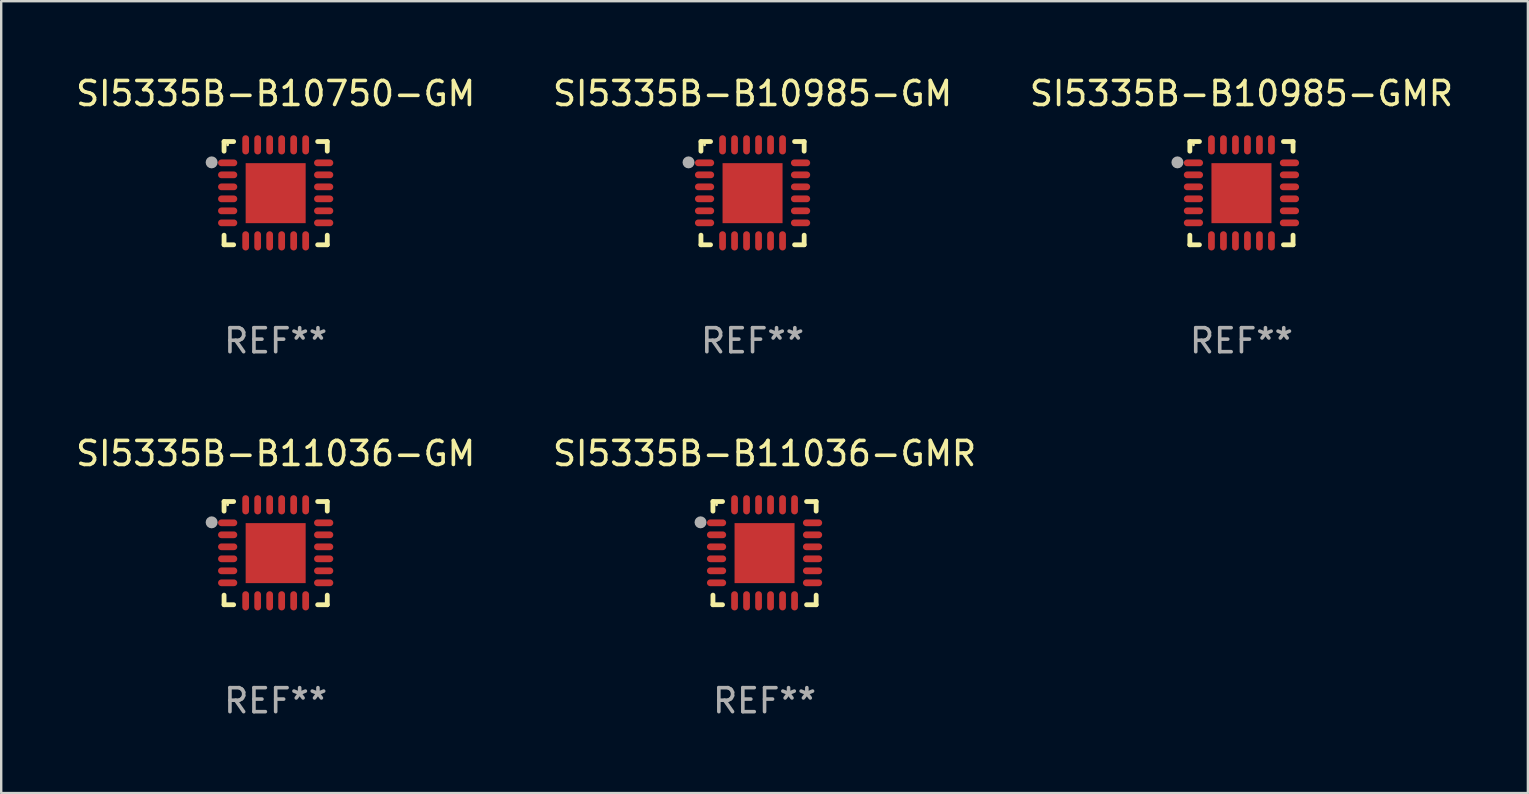
<source format=kicad_pcb>
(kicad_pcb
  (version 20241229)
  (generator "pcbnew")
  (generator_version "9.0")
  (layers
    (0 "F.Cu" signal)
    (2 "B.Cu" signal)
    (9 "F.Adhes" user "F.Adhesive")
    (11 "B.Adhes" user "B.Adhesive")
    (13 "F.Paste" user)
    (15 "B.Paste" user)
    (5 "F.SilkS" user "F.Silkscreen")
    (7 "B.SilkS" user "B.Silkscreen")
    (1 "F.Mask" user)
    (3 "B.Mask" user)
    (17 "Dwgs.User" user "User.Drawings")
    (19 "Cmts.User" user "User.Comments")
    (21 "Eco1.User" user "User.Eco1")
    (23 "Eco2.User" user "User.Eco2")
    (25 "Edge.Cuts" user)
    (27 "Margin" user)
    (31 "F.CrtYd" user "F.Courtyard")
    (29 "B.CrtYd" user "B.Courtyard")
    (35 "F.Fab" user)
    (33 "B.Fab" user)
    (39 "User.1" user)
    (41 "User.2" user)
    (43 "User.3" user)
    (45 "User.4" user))
  (footprint "SI5335B-B10750-GM"
    (layer "F.Cu")
    (at 8.435 4.998)
    (property "Reference" "SI5335B-B10750-GM" (at 0 -4.15 0) (layer "F.SilkS") (effects (font (size 1 1) (thickness 0.15))))
    (attr through_hole)
    (fp_line (start -2.15 -2.15) (end -1.75 -2.15) (stroke (width 0.2) (type solid)) (layer "F.SilkS"))
    (fp_line (start -2.15 -1.75) (end -2.15 -2.15) (stroke (width 0.2) (type solid)) (layer "F.SilkS"))
    (fp_line (start -2.15 2.15) (end -2.15 1.75) (stroke (width 0.2) (type solid)) (layer "F.SilkS"))
    (fp_line (start -1.75 2.15) (end -2.15 2.15) (stroke (width 0.2) (type solid)) (layer "F.SilkS"))
    (fp_line (start 1.75 -2.15) (end 2.15 -2.15) (stroke (width 0.2) (type solid)) (layer "F.SilkS"))
    (fp_line (start 1.75 2.15) (end 2.15 2.15) (stroke (width 0.2) (type solid)) (layer "F.SilkS"))
    (fp_line (start 2.15 -2.15) (end 2.15 -1.75) (stroke (width 0.2) (type solid)) (layer "F.SilkS"))
    (fp_line (start 2.15 2.15) (end 2.15 1.75) (stroke (width 0.2) (type solid)) (layer "F.SilkS"))
    (fp_circle (center -2 -2.013) (end -1.97 -2.013) (stroke (width 0.06) (type solid)) (fill no) (layer "F.SilkS"))
    (fp_circle (center -2.667 -1.283) (end -2.542 -1.283) (stroke (width 0.25) (type solid)) (fill no) (layer "F.Fab"))
    (fp_text user "REF**" (at 0 6.15 0) (layer "F.Fab") (effects (font (size 1 1) (thickness 0.15))))
    (pad "1" smd oval (at -2 -1.263) (size 0.8 0.28) (layers "F.Cu" "F.Mask" "F.Paste"))
    (pad "2" smd oval (at -2 -0.763) (size 0.8 0.28) (layers "F.Cu" "F.Mask" "F.Paste"))
    (pad "3" smd oval (at -2 -0.263) (size 0.8 0.28) (layers "F.Cu" "F.Mask" "F.Paste"))
    (pad "4" smd oval (at -2 0.237) (size 0.8 0.28) (layers "F.Cu" "F.Mask" "F.Paste"))
    (pad "5" smd oval (at -2 0.737) (size 0.8 0.28) (layers "F.Cu" "F.Mask" "F.Paste"))
    (pad "6" smd oval (at -2 1.237) (size 0.8 0.28) (layers "F.Cu" "F.Mask" "F.Paste"))
    (pad "7" smd oval (at -1.25 1.987) (size 0.28 0.8) (layers "F.Cu" "F.Mask" "F.Paste"))
    (pad "8" smd oval (at -0.75 1.987) (size 0.28 0.8) (layers "F.Cu" "F.Mask" "F.Paste"))
    (pad "9" smd oval (at -0.25 1.987) (size 0.28 0.8) (layers "F.Cu" "F.Mask" "F.Paste"))
    (pad "10" smd oval (at 0.25 1.987) (size 0.28 0.8) (layers "F.Cu" "F.Mask" "F.Paste"))
    (pad "11" smd oval (at 0.75 1.987) (size 0.28 0.8) (layers "F.Cu" "F.Mask" "F.Paste"))
    (pad "12" smd oval (at 1.25 1.987) (size 0.28 0.8) (layers "F.Cu" "F.Mask" "F.Paste"))
    (pad "13" smd oval (at 2 1.237) (size 0.8 0.28) (layers "F.Cu" "F.Mask" "F.Paste"))
    (pad "14" smd oval (at 2 0.737) (size 0.8 0.28) (layers "F.Cu" "F.Mask" "F.Paste"))
    (pad "15" smd oval (at 2 0.237) (size 0.8 0.28) (layers "F.Cu" "F.Mask" "F.Paste"))
    (pad "16" smd oval (at 2 -0.263) (size 0.8 0.28) (layers "F.Cu" "F.Mask" "F.Paste"))
    (pad "17" smd oval (at 2 -0.763) (size 0.8 0.28) (layers "F.Cu" "F.Mask" "F.Paste"))
    (pad "18" smd oval (at 2 -1.263) (size 0.8 0.28) (layers "F.Cu" "F.Mask" "F.Paste"))
    (pad "19" smd oval (at 1.25 -2.013) (size 0.28 0.8) (layers "F.Cu" "F.Mask" "F.Paste"))
    (pad "20" smd oval (at 0.75 -2.013) (size 0.28 0.8) (layers "F.Cu" "F.Mask" "F.Paste"))
    (pad "21" smd oval (at 0.25 -2.013) (size 0.28 0.8) (layers "F.Cu" "F.Mask" "F.Paste"))
    (pad "22" smd oval (at -0.25 -2.013) (size 0.28 0.8) (layers "F.Cu" "F.Mask" "F.Paste"))
    (pad "23" smd oval (at -0.75 -2.013) (size 0.28 0.8) (layers "F.Cu" "F.Mask" "F.Paste"))
    (pad "24" smd oval (at -1.25 -2.013) (size 0.28 0.8) (layers "F.Cu" "F.Mask" "F.Paste"))
    (pad "25" smd rect (at -0.000127 -0.00014) (size 2.5 2.5) (layers "F.Cu" "F.Mask" "F.Paste")))
  (footprint "SI5335B-B11036-GM"
    (layer "F.Cu")
    (at 8.435 19.995)
    (property "Reference" "SI5335B-B11036-GM" (at 0 -4.15 0) (layer "F.SilkS") (effects (font (size 1 1) (thickness 0.15))))
    (attr through_hole)
    (fp_line (start -2.15 -2.15) (end -1.75 -2.15) (stroke (width 0.2) (type solid)) (layer "F.SilkS"))
    (fp_line (start -2.15 -1.75) (end -2.15 -2.15) (stroke (width 0.2) (type solid)) (layer "F.SilkS"))
    (fp_line (start -2.15 2.15) (end -2.15 1.75) (stroke (width 0.2) (type solid)) (layer "F.SilkS"))
    (fp_line (start -1.75 2.15) (end -2.15 2.15) (stroke (width 0.2) (type solid)) (layer "F.SilkS"))
    (fp_line (start 1.75 -2.15) (end 2.15 -2.15) (stroke (width 0.2) (type solid)) (layer "F.SilkS"))
    (fp_line (start 1.75 2.15) (end 2.15 2.15) (stroke (width 0.2) (type solid)) (layer "F.SilkS"))
    (fp_line (start 2.15 -2.15) (end 2.15 -1.75) (stroke (width 0.2) (type solid)) (layer "F.SilkS"))
    (fp_line (start 2.15 2.15) (end 2.15 1.75) (stroke (width 0.2) (type solid)) (layer "F.SilkS"))
    (fp_circle (center -2 -2.013) (end -1.97 -2.013) (stroke (width 0.06) (type solid)) (fill no) (layer "F.SilkS"))
    (fp_circle (center -2.667 -1.283) (end -2.542 -1.283) (stroke (width 0.25) (type solid)) (fill no) (layer "F.Fab"))
    (fp_text user "REF**" (at 0 6.15 0) (layer "F.Fab") (effects (font (size 1 1) (thickness 0.15))))
    (pad "1" smd oval (at -2 -1.263) (size 0.8 0.28) (layers "F.Cu" "F.Mask" "F.Paste"))
    (pad "2" smd oval (at -2 -0.763) (size 0.8 0.28) (layers "F.Cu" "F.Mask" "F.Paste"))
    (pad "3" smd oval (at -2 -0.263) (size 0.8 0.28) (layers "F.Cu" "F.Mask" "F.Paste"))
    (pad "4" smd oval (at -2 0.237) (size 0.8 0.28) (layers "F.Cu" "F.Mask" "F.Paste"))
    (pad "5" smd oval (at -2 0.737) (size 0.8 0.28) (layers "F.Cu" "F.Mask" "F.Paste"))
    (pad "6" smd oval (at -2 1.237) (size 0.8 0.28) (layers "F.Cu" "F.Mask" "F.Paste"))
    (pad "7" smd oval (at -1.25 1.987) (size 0.28 0.8) (layers "F.Cu" "F.Mask" "F.Paste"))
    (pad "8" smd oval (at -0.75 1.987) (size 0.28 0.8) (layers "F.Cu" "F.Mask" "F.Paste"))
    (pad "9" smd oval (at -0.25 1.987) (size 0.28 0.8) (layers "F.Cu" "F.Mask" "F.Paste"))
    (pad "10" smd oval (at 0.25 1.987) (size 0.28 0.8) (layers "F.Cu" "F.Mask" "F.Paste"))
    (pad "11" smd oval (at 0.75 1.987) (size 0.28 0.8) (layers "F.Cu" "F.Mask" "F.Paste"))
    (pad "12" smd oval (at 1.25 1.987) (size 0.28 0.8) (layers "F.Cu" "F.Mask" "F.Paste"))
    (pad "13" smd oval (at 2 1.237) (size 0.8 0.28) (layers "F.Cu" "F.Mask" "F.Paste"))
    (pad "14" smd oval (at 2 0.737) (size 0.8 0.28) (layers "F.Cu" "F.Mask" "F.Paste"))
    (pad "15" smd oval (at 2 0.237) (size 0.8 0.28) (layers "F.Cu" "F.Mask" "F.Paste"))
    (pad "16" smd oval (at 2 -0.263) (size 0.8 0.28) (layers "F.Cu" "F.Mask" "F.Paste"))
    (pad "17" smd oval (at 2 -0.763) (size 0.8 0.28) (layers "F.Cu" "F.Mask" "F.Paste"))
    (pad "18" smd oval (at 2 -1.263) (size 0.8 0.28) (layers "F.Cu" "F.Mask" "F.Paste"))
    (pad "19" smd oval (at 1.25 -2.013) (size 0.28 0.8) (layers "F.Cu" "F.Mask" "F.Paste"))
    (pad "20" smd oval (at 0.75 -2.013) (size 0.28 0.8) (layers "F.Cu" "F.Mask" "F.Paste"))
    (pad "21" smd oval (at 0.25 -2.013) (size 0.28 0.8) (layers "F.Cu" "F.Mask" "F.Paste"))
    (pad "22" smd oval (at -0.25 -2.013) (size 0.28 0.8) (layers "F.Cu" "F.Mask" "F.Paste"))
    (pad "23" smd oval (at -0.75 -2.013) (size 0.28 0.8) (layers "F.Cu" "F.Mask" "F.Paste"))
    (pad "24" smd oval (at -1.25 -2.013) (size 0.28 0.8) (layers "F.Cu" "F.Mask" "F.Paste"))
    (pad "25" smd rect (at -0.000127 -0.00014) (size 2.5 2.5) (layers "F.Cu" "F.Mask" "F.Paste")))
  (footprint "SI5335B-B10985-GM"
    (layer "F.Cu")
    (at 28.304 4.998)
    (property "Reference" "SI5335B-B10985-GM" (at 0 -4.15 0) (layer "F.SilkS") (effects (font (size 1 1) (thickness 0.15))))
    (attr through_hole)
    (fp_line (start -2.15 -2.15) (end -1.75 -2.15) (stroke (width 0.2) (type solid)) (layer "F.SilkS"))
    (fp_line (start -2.15 -1.75) (end -2.15 -2.15) (stroke (width 0.2) (type solid)) (layer "F.SilkS"))
    (fp_line (start -2.15 2.15) (end -2.15 1.75) (stroke (width 0.2) (type solid)) (layer "F.SilkS"))
    (fp_line (start -1.75 2.15) (end -2.15 2.15) (stroke (width 0.2) (type solid)) (layer "F.SilkS"))
    (fp_line (start 1.75 -2.15) (end 2.15 -2.15) (stroke (width 0.2) (type solid)) (layer "F.SilkS"))
    (fp_line (start 1.75 2.15) (end 2.15 2.15) (stroke (width 0.2) (type solid)) (layer "F.SilkS"))
    (fp_line (start 2.15 -2.15) (end 2.15 -1.75) (stroke (width 0.2) (type solid)) (layer "F.SilkS"))
    (fp_line (start 2.15 2.15) (end 2.15 1.75) (stroke (width 0.2) (type solid)) (layer "F.SilkS"))
    (fp_circle (center -2 -2.013) (end -1.97 -2.013) (stroke (width 0.06) (type solid)) (fill no) (layer "F.SilkS"))
    (fp_circle (center -2.667 -1.283) (end -2.542 -1.283) (stroke (width 0.25) (type solid)) (fill no) (layer "F.Fab"))
    (fp_text user "REF**" (at 0 6.15 0) (layer "F.Fab") (effects (font (size 1 1) (thickness 0.15))))
    (pad "1" smd oval (at -2 -1.263) (size 0.8 0.28) (layers "F.Cu" "F.Mask" "F.Paste"))
    (pad "2" smd oval (at -2 -0.763) (size 0.8 0.28) (layers "F.Cu" "F.Mask" "F.Paste"))
    (pad "3" smd oval (at -2 -0.263) (size 0.8 0.28) (layers "F.Cu" "F.Mask" "F.Paste"))
    (pad "4" smd oval (at -2 0.237) (size 0.8 0.28) (layers "F.Cu" "F.Mask" "F.Paste"))
    (pad "5" smd oval (at -2 0.737) (size 0.8 0.28) (layers "F.Cu" "F.Mask" "F.Paste"))
    (pad "6" smd oval (at -2 1.237) (size 0.8 0.28) (layers "F.Cu" "F.Mask" "F.Paste"))
    (pad "7" smd oval (at -1.25 1.987) (size 0.28 0.8) (layers "F.Cu" "F.Mask" "F.Paste"))
    (pad "8" smd oval (at -0.75 1.987) (size 0.28 0.8) (layers "F.Cu" "F.Mask" "F.Paste"))
    (pad "9" smd oval (at -0.25 1.987) (size 0.28 0.8) (layers "F.Cu" "F.Mask" "F.Paste"))
    (pad "10" smd oval (at 0.25 1.987) (size 0.28 0.8) (layers "F.Cu" "F.Mask" "F.Paste"))
    (pad "11" smd oval (at 0.75 1.987) (size 0.28 0.8) (layers "F.Cu" "F.Mask" "F.Paste"))
    (pad "12" smd oval (at 1.25 1.987) (size 0.28 0.8) (layers "F.Cu" "F.Mask" "F.Paste"))
    (pad "13" smd oval (at 2 1.237) (size 0.8 0.28) (layers "F.Cu" "F.Mask" "F.Paste"))
    (pad "14" smd oval (at 2 0.737) (size 0.8 0.28) (layers "F.Cu" "F.Mask" "F.Paste"))
    (pad "15" smd oval (at 2 0.237) (size 0.8 0.28) (layers "F.Cu" "F.Mask" "F.Paste"))
    (pad "16" smd oval (at 2 -0.263) (size 0.8 0.28) (layers "F.Cu" "F.Mask" "F.Paste"))
    (pad "17" smd oval (at 2 -0.763) (size 0.8 0.28) (layers "F.Cu" "F.Mask" "F.Paste"))
    (pad "18" smd oval (at 2 -1.263) (size 0.8 0.28) (layers "F.Cu" "F.Mask" "F.Paste"))
    (pad "19" smd oval (at 1.25 -2.013) (size 0.28 0.8) (layers "F.Cu" "F.Mask" "F.Paste"))
    (pad "20" smd oval (at 0.75 -2.013) (size 0.28 0.8) (layers "F.Cu" "F.Mask" "F.Paste"))
    (pad "21" smd oval (at 0.25 -2.013) (size 0.28 0.8) (layers "F.Cu" "F.Mask" "F.Paste"))
    (pad "22" smd oval (at -0.25 -2.013) (size 0.28 0.8) (layers "F.Cu" "F.Mask" "F.Paste"))
    (pad "23" smd oval (at -0.75 -2.013) (size 0.28 0.8) (layers "F.Cu" "F.Mask" "F.Paste"))
    (pad "24" smd oval (at -1.25 -2.013) (size 0.28 0.8) (layers "F.Cu" "F.Mask" "F.Paste"))
    (pad "25" smd rect (at -0.000127 -0.00014) (size 2.5 2.5) (layers "F.Cu" "F.Mask" "F.Paste")))
  (footprint "SI5335B-B10985-GMR"
    (layer "F.Cu")
    (at 48.673 4.998)
    (property "Reference" "SI5335B-B10985-GMR" (at 0 -4.15 0) (layer "F.SilkS") (effects (font (size 1 1) (thickness 0.15))))
    (attr through_hole)
    (fp_line (start -2.15 -2.15) (end -1.75 -2.15) (stroke (width 0.2) (type solid)) (layer "F.SilkS"))
    (fp_line (start -2.15 -1.75) (end -2.15 -2.15) (stroke (width 0.2) (type solid)) (layer "F.SilkS"))
    (fp_line (start -2.15 2.15) (end -2.15 1.75) (stroke (width 0.2) (type solid)) (layer "F.SilkS"))
    (fp_line (start -1.75 2.15) (end -2.15 2.15) (stroke (width 0.2) (type solid)) (layer "F.SilkS"))
    (fp_line (start 1.75 -2.15) (end 2.15 -2.15) (stroke (width 0.2) (type solid)) (layer "F.SilkS"))
    (fp_line (start 1.75 2.15) (end 2.15 2.15) (stroke (width 0.2) (type solid)) (layer "F.SilkS"))
    (fp_line (start 2.15 -2.15) (end 2.15 -1.75) (stroke (width 0.2) (type solid)) (layer "F.SilkS"))
    (fp_line (start 2.15 2.15) (end 2.15 1.75) (stroke (width 0.2) (type solid)) (layer "F.SilkS"))
    (fp_circle (center -2 -2.013) (end -1.97 -2.013) (stroke (width 0.06) (type solid)) (fill no) (layer "F.SilkS"))
    (fp_circle (center -2.667 -1.283) (end -2.542 -1.283) (stroke (width 0.25) (type solid)) (fill no) (layer "F.Fab"))
    (fp_text user "REF**" (at 0 6.15 0) (layer "F.Fab") (effects (font (size 1 1) (thickness 0.15))))
    (pad "1" smd oval (at -2 -1.263) (size 0.8 0.28) (layers "F.Cu" "F.Mask" "F.Paste"))
    (pad "2" smd oval (at -2 -0.763) (size 0.8 0.28) (layers "F.Cu" "F.Mask" "F.Paste"))
    (pad "3" smd oval (at -2 -0.263) (size 0.8 0.28) (layers "F.Cu" "F.Mask" "F.Paste"))
    (pad "4" smd oval (at -2 0.237) (size 0.8 0.28) (layers "F.Cu" "F.Mask" "F.Paste"))
    (pad "5" smd oval (at -2 0.737) (size 0.8 0.28) (layers "F.Cu" "F.Mask" "F.Paste"))
    (pad "6" smd oval (at -2 1.237) (size 0.8 0.28) (layers "F.Cu" "F.Mask" "F.Paste"))
    (pad "7" smd oval (at -1.25 1.987) (size 0.28 0.8) (layers "F.Cu" "F.Mask" "F.Paste"))
    (pad "8" smd oval (at -0.75 1.987) (size 0.28 0.8) (layers "F.Cu" "F.Mask" "F.Paste"))
    (pad "9" smd oval (at -0.25 1.987) (size 0.28 0.8) (layers "F.Cu" "F.Mask" "F.Paste"))
    (pad "10" smd oval (at 0.25 1.987) (size 0.28 0.8) (layers "F.Cu" "F.Mask" "F.Paste"))
    (pad "11" smd oval (at 0.75 1.987) (size 0.28 0.8) (layers "F.Cu" "F.Mask" "F.Paste"))
    (pad "12" smd oval (at 1.25 1.987) (size 0.28 0.8) (layers "F.Cu" "F.Mask" "F.Paste"))
    (pad "13" smd oval (at 2 1.237) (size 0.8 0.28) (layers "F.Cu" "F.Mask" "F.Paste"))
    (pad "14" smd oval (at 2 0.737) (size 0.8 0.28) (layers "F.Cu" "F.Mask" "F.Paste"))
    (pad "15" smd oval (at 2 0.237) (size 0.8 0.28) (layers "F.Cu" "F.Mask" "F.Paste"))
    (pad "16" smd oval (at 2 -0.263) (size 0.8 0.28) (layers "F.Cu" "F.Mask" "F.Paste"))
    (pad "17" smd oval (at 2 -0.763) (size 0.8 0.28) (layers "F.Cu" "F.Mask" "F.Paste"))
    (pad "18" smd oval (at 2 -1.263) (size 0.8 0.28) (layers "F.Cu" "F.Mask" "F.Paste"))
    (pad "19" smd oval (at 1.25 -2.013) (size 0.28 0.8) (layers "F.Cu" "F.Mask" "F.Paste"))
    (pad "20" smd oval (at 0.75 -2.013) (size 0.28 0.8) (layers "F.Cu" "F.Mask" "F.Paste"))
    (pad "21" smd oval (at 0.25 -2.013) (size 0.28 0.8) (layers "F.Cu" "F.Mask" "F.Paste"))
    (pad "22" smd oval (at -0.25 -2.013) (size 0.28 0.8) (layers "F.Cu" "F.Mask" "F.Paste"))
    (pad "23" smd oval (at -0.75 -2.013) (size 0.28 0.8) (layers "F.Cu" "F.Mask" "F.Paste"))
    (pad "24" smd oval (at -1.25 -2.013) (size 0.28 0.8) (layers "F.Cu" "F.Mask" "F.Paste"))
    (pad "25" smd rect (at -0.000127 -0.00014) (size 2.5 2.5) (layers "F.Cu" "F.Mask" "F.Paste")))
  (footprint "SI5335B-B11036-GMR"
    (layer "F.Cu")
    (at 28.804 19.995)
    (property "Reference" "SI5335B-B11036-GMR" (at 0 -4.15 0) (layer "F.SilkS") (effects (font (size 1 1) (thickness 0.15))))
    (attr through_hole)
    (fp_line (start -2.15 -2.15) (end -1.75 -2.15) (stroke (width 0.2) (type solid)) (layer "F.SilkS"))
    (fp_line (start -2.15 -1.75) (end -2.15 -2.15) (stroke (width 0.2) (type solid)) (layer "F.SilkS"))
    (fp_line (start -2.15 2.15) (end -2.15 1.75) (stroke (width 0.2) (type solid)) (layer "F.SilkS"))
    (fp_line (start -1.75 2.15) (end -2.15 2.15) (stroke (width 0.2) (type solid)) (layer "F.SilkS"))
    (fp_line (start 1.75 -2.15) (end 2.15 -2.15) (stroke (width 0.2) (type solid)) (layer "F.SilkS"))
    (fp_line (start 1.75 2.15) (end 2.15 2.15) (stroke (width 0.2) (type solid)) (layer "F.SilkS"))
    (fp_line (start 2.15 -2.15) (end 2.15 -1.75) (stroke (width 0.2) (type solid)) (layer "F.SilkS"))
    (fp_line (start 2.15 2.15) (end 2.15 1.75) (stroke (width 0.2) (type solid)) (layer "F.SilkS"))
    (fp_circle (center -2 -2.013) (end -1.97 -2.013) (stroke (width 0.06) (type solid)) (fill no) (layer "F.SilkS"))
    (fp_circle (center -2.667 -1.283) (end -2.542 -1.283) (stroke (width 0.25) (type solid)) (fill no) (layer "F.Fab"))
    (fp_text user "REF**" (at 0 6.15 0) (layer "F.Fab") (effects (font (size 1 1) (thickness 0.15))))
    (pad "1" smd oval (at -2 -1.263) (size 0.8 0.28) (layers "F.Cu" "F.Mask" "F.Paste"))
    (pad "2" smd oval (at -2 -0.763) (size 0.8 0.28) (layers "F.Cu" "F.Mask" "F.Paste"))
    (pad "3" smd oval (at -2 -0.263) (size 0.8 0.28) (layers "F.Cu" "F.Mask" "F.Paste"))
    (pad "4" smd oval (at -2 0.237) (size 0.8 0.28) (layers "F.Cu" "F.Mask" "F.Paste"))
    (pad "5" smd oval (at -2 0.737) (size 0.8 0.28) (layers "F.Cu" "F.Mask" "F.Paste"))
    (pad "6" smd oval (at -2 1.237) (size 0.8 0.28) (layers "F.Cu" "F.Mask" "F.Paste"))
    (pad "7" smd oval (at -1.25 1.987) (size 0.28 0.8) (layers "F.Cu" "F.Mask" "F.Paste"))
    (pad "8" smd oval (at -0.75 1.987) (size 0.28 0.8) (layers "F.Cu" "F.Mask" "F.Paste"))
    (pad "9" smd oval (at -0.25 1.987) (size 0.28 0.8) (layers "F.Cu" "F.Mask" "F.Paste"))
    (pad "10" smd oval (at 0.25 1.987) (size 0.28 0.8) (layers "F.Cu" "F.Mask" "F.Paste"))
    (pad "11" smd oval (at 0.75 1.987) (size 0.28 0.8) (layers "F.Cu" "F.Mask" "F.Paste"))
    (pad "12" smd oval (at 1.25 1.987) (size 0.28 0.8) (layers "F.Cu" "F.Mask" "F.Paste"))
    (pad "13" smd oval (at 2 1.237) (size 0.8 0.28) (layers "F.Cu" "F.Mask" "F.Paste"))
    (pad "14" smd oval (at 2 0.737) (size 0.8 0.28) (layers "F.Cu" "F.Mask" "F.Paste"))
    (pad "15" smd oval (at 2 0.237) (size 0.8 0.28) (layers "F.Cu" "F.Mask" "F.Paste"))
    (pad "16" smd oval (at 2 -0.263) (size 0.8 0.28) (layers "F.Cu" "F.Mask" "F.Paste"))
    (pad "17" smd oval (at 2 -0.763) (size 0.8 0.28) (layers "F.Cu" "F.Mask" "F.Paste"))
    (pad "18" smd oval (at 2 -1.263) (size 0.8 0.28) (layers "F.Cu" "F.Mask" "F.Paste"))
    (pad "19" smd oval (at 1.25 -2.013) (size 0.28 0.8) (layers "F.Cu" "F.Mask" "F.Paste"))
    (pad "20" smd oval (at 0.75 -2.013) (size 0.28 0.8) (layers "F.Cu" "F.Mask" "F.Paste"))
    (pad "21" smd oval (at 0.25 -2.013) (size 0.28 0.8) (layers "F.Cu" "F.Mask" "F.Paste"))
    (pad "22" smd oval (at -0.25 -2.013) (size 0.28 0.8) (layers "F.Cu" "F.Mask" "F.Paste"))
    (pad "23" smd oval (at -0.75 -2.013) (size 0.28 0.8) (layers "F.Cu" "F.Mask" "F.Paste"))
    (pad "24" smd oval (at -1.25 -2.013) (size 0.28 0.8) (layers "F.Cu" "F.Mask" "F.Paste"))
    (pad "25" smd rect (at -0.000127 -0.00014) (size 2.5 2.5) (layers "F.Cu" "F.Mask" "F.Paste")))
  (gr_rect
    (start -3 -3)
    (end 60.607 29.993)
    (stroke (width 0.1) (type default))
    (fill no)
    (layer "Edge.Cuts")))
</source>
